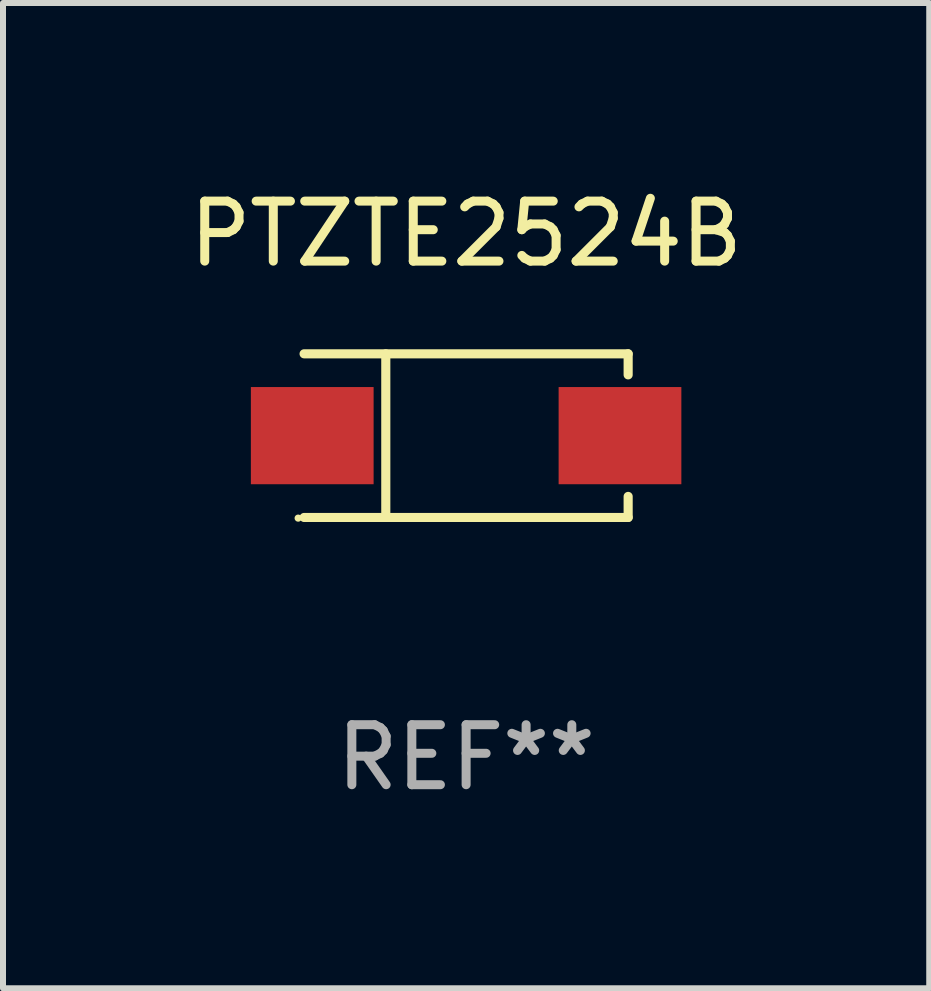
<source format=kicad_pcb>
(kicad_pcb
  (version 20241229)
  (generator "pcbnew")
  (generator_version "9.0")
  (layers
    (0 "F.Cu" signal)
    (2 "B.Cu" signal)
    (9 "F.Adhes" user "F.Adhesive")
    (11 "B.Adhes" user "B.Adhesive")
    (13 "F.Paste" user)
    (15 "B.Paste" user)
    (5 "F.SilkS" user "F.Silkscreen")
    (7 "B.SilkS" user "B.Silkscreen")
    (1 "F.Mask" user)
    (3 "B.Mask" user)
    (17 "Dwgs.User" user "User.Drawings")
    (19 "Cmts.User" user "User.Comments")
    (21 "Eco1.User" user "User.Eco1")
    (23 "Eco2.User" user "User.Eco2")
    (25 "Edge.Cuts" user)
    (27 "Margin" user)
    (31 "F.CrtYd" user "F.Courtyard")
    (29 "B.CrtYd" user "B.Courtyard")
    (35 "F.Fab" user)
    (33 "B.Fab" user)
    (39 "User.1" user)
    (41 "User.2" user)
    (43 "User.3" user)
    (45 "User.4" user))
  (footprint "PTZTE2524B"
    (layer "F.Cu")
    (at 4.72 4.212)
    (property "Reference" "PTZTE2524B" (at 0 -3.364 0) (layer "F.SilkS") (effects (font (size 1 1) (thickness 0.15))))
    (attr through_hole)
    (fp_line (start -2.701 -1.364) (end 2.701 -1.364) (stroke (width 0.152) (type solid)) (layer "F.SilkS"))
    (fp_line (start -2.701 1.364) (end 2.701 1.364) (stroke (width 0.152) (type solid)) (layer "F.SilkS"))
    (fp_line (start -1.339 -1.364) (end -1.339 1.364) (stroke (width 0.152) (type solid)) (layer "F.SilkS"))
    (fp_line (start 2.701 -1.364) (end 2.701 -1.013) (stroke (width 0.152) (type solid)) (layer "F.SilkS"))
    (fp_line (start 2.701 1.364) (end 2.701 1.013) (stroke (width 0.152) (type solid)) (layer "F.SilkS"))
    (fp_circle (center -2.8 1.375) (end -2.77 1.375) (stroke (width 0.06) (type solid)) (fill no) (layer "F.SilkS"))
    (fp_text user "REF**" (at 0 5.364 0) (layer "F.Fab") (effects (font (size 1 1) (thickness 0.15))))
    (pad "1" smd rect (at -2.565 -0.000025) (size 2.046 1.62) (layers "F.Cu" "F.Mask" "F.Paste"))
    (pad "2" smd rect (at 2.565 -0.000025) (size 2.046 1.62) (layers "F.Cu" "F.Mask" "F.Paste")))
  (gr_rect
    (start -3 -3)
    (end 12.44 13.424)
    (stroke (width 0.1) (type default))
    (fill no)
    (layer "Edge.Cuts")))
</source>
